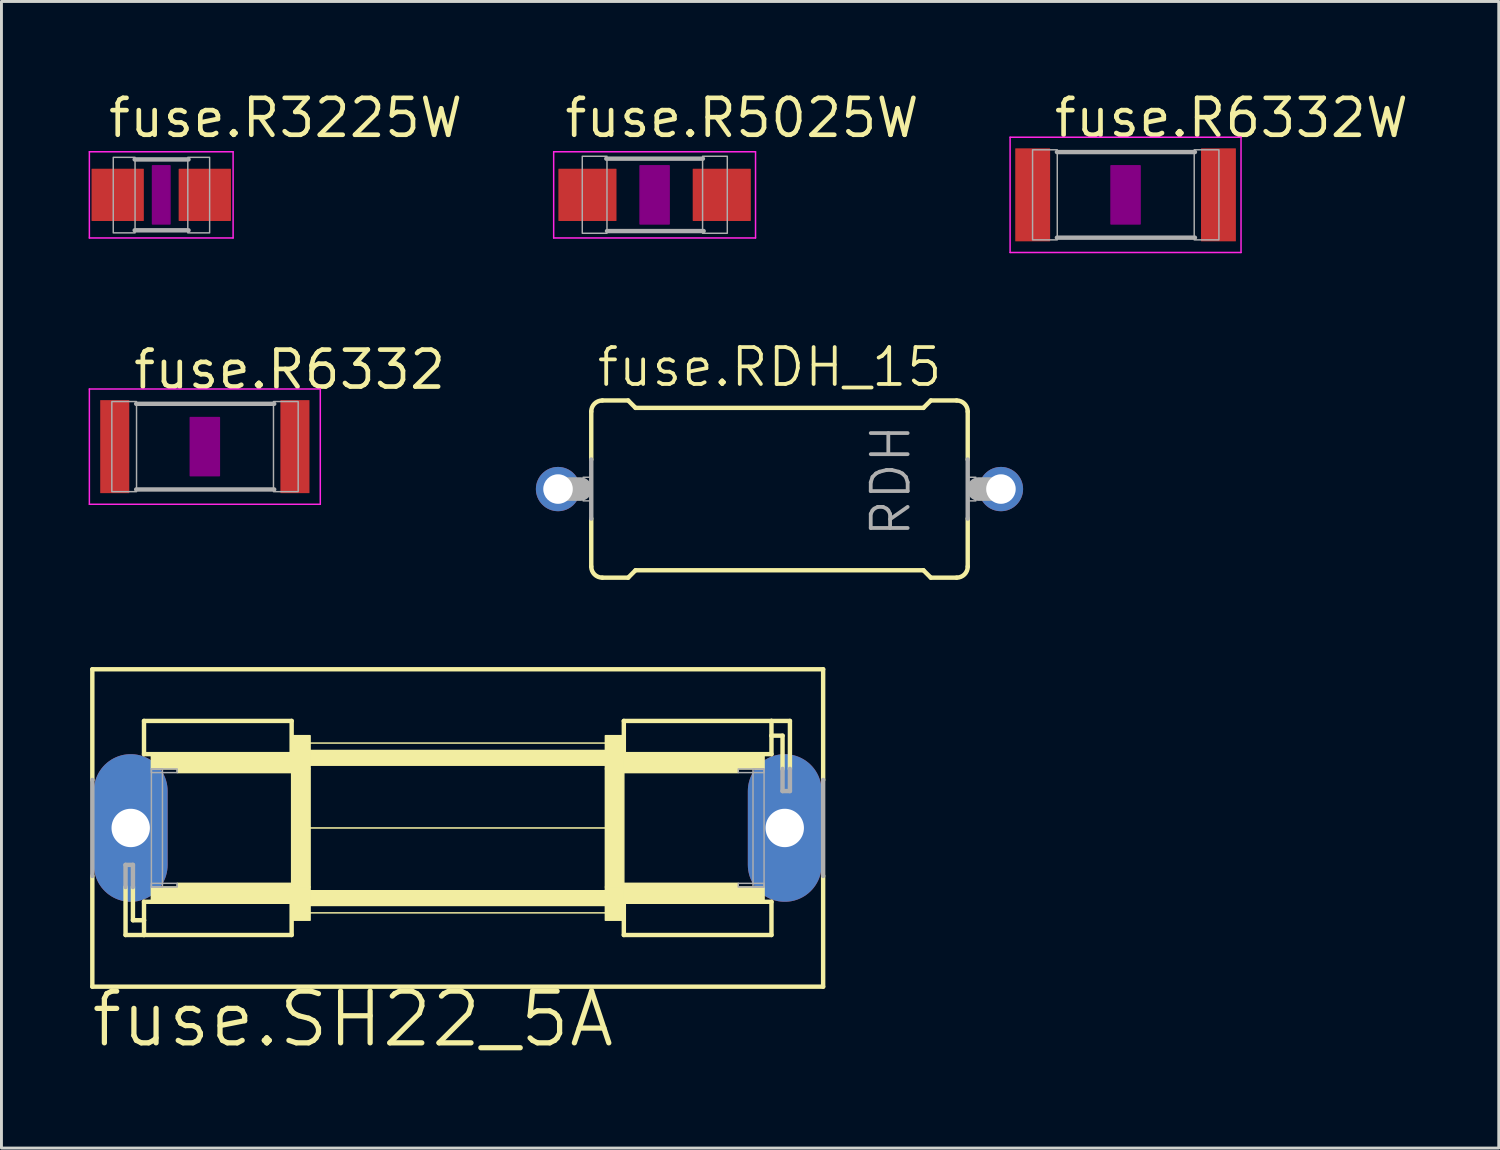
<source format=kicad_pcb>
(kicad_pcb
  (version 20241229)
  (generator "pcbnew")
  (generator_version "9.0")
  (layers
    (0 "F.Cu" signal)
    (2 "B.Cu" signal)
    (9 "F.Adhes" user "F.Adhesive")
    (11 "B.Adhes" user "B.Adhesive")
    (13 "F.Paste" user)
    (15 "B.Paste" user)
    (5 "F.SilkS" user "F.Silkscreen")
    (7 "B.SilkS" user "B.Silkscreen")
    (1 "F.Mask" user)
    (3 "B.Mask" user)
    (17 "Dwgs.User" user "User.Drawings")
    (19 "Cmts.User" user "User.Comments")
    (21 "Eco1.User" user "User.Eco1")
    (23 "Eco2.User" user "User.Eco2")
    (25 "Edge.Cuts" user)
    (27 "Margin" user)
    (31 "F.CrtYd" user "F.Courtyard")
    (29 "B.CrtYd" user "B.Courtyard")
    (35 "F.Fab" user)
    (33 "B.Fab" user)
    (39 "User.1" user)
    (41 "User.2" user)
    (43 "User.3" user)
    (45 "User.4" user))
  (footprint "fuse.SH22_5A"
    (layer "F.Cu")
    (at 12.7 25.439)
    (property "Reference" "fuse.SH22_5A" (at -12.7 7.62 0) (layer "F.SilkS") (effects (font (size 1.778 1.778) (thickness 0.18)) (justify left bottom)))
    (attr through_hole)
    (fp_line (start -12.573 -5.461) (end -12.573 -1.651) (stroke (width 0.152) (type default)) (layer "F.SilkS"))
    (fp_line (start -12.573 1.651) (end -12.573 5.461) (stroke (width 0.152) (type default)) (layer "F.SilkS"))
    (fp_line (start -12.573 5.461) (end 12.573 5.461) (stroke (width 0.152) (type default)) (layer "F.SilkS"))
    (fp_line (start -11.43 3.683) (end -11.43 2.032) (stroke (width 0.152) (type default)) (layer "F.SilkS"))
    (fp_line (start -11.176 2.032) (end -11.176 3.175) (stroke (width 0.152) (type default)) (layer "F.SilkS"))
    (fp_line (start -11.176 3.175) (end -10.795 3.175) (stroke (width 0.152) (type default)) (layer "F.SilkS"))
    (fp_line (start -10.795 -3.683) (end -10.795 -2.54) (stroke (width 0.152) (type default)) (layer "F.SilkS"))
    (fp_line (start -10.795 -3.683) (end -5.715 -3.683) (stroke (width 0.152) (type default)) (layer "F.SilkS"))
    (fp_line (start -10.795 -2.54) (end -5.715 -2.54) (stroke (width 0.152) (type default)) (layer "F.SilkS"))
    (fp_line (start -10.795 2.54) (end -5.715 2.54) (stroke (width 0.152) (type default)) (layer "F.SilkS"))
    (fp_line (start -10.795 3.175) (end -10.795 2.54) (stroke (width 0.152) (type default)) (layer "F.SilkS"))
    (fp_line (start -10.795 3.683) (end -11.43 3.683) (stroke (width 0.152) (type default)) (layer "F.SilkS"))
    (fp_line (start -10.795 3.683) (end -10.795 3.175) (stroke (width 0.152) (type default)) (layer "F.SilkS"))
    (fp_line (start -5.715 -2.54) (end -5.715 -3.683) (stroke (width 0.152) (type default)) (layer "F.SilkS"))
    (fp_line (start -5.715 3.683) (end -10.795 3.683) (stroke (width 0.152) (type default)) (layer "F.SilkS"))
    (fp_line (start -5.715 3.683) (end -5.715 2.54) (stroke (width 0.152) (type default)) (layer "F.SilkS"))
    (fp_line (start -5.207 0) (end 5.207 0) (stroke (width 0.051) (type default)) (layer "F.SilkS"))
    (fp_line (start -5.08 -2.921) (end 5.08 -2.921) (stroke (width 0.051) (type default)) (layer "F.SilkS"))
    (fp_line (start -5.08 2.921) (end 5.08 2.921) (stroke (width 0.051) (type default)) (layer "F.SilkS"))
    (fp_line (start 5.715 -3.683) (end 5.715 -2.54) (stroke (width 0.152) (type default)) (layer "F.SilkS"))
    (fp_line (start 5.715 -3.683) (end 10.795 -3.683) (stroke (width 0.152) (type default)) (layer "F.SilkS"))
    (fp_line (start 5.715 2.54) (end 5.715 3.683) (stroke (width 0.152) (type default)) (layer "F.SilkS"))
    (fp_line (start 10.795 -3.683) (end 10.795 -3.175) (stroke (width 0.152) (type default)) (layer "F.SilkS"))
    (fp_line (start 10.795 -3.683) (end 11.43 -3.683) (stroke (width 0.152) (type default)) (layer "F.SilkS"))
    (fp_line (start 10.795 -3.175) (end 10.795 -2.54) (stroke (width 0.152) (type default)) (layer "F.SilkS"))
    (fp_line (start 10.795 -2.54) (end 5.715 -2.54) (stroke (width 0.152) (type default)) (layer "F.SilkS"))
    (fp_line (start 10.795 2.54) (end 5.715 2.54) (stroke (width 0.152) (type default)) (layer "F.SilkS"))
    (fp_line (start 10.795 3.683) (end 5.715 3.683) (stroke (width 0.152) (type default)) (layer "F.SilkS"))
    (fp_line (start 10.795 3.683) (end 10.795 2.54) (stroke (width 0.152) (type default)) (layer "F.SilkS"))
    (fp_line (start 11.176 -3.175) (end 10.795 -3.175) (stroke (width 0.152) (type default)) (layer "F.SilkS"))
    (fp_line (start 11.176 -2.032) (end 11.176 -3.175) (stroke (width 0.152) (type default)) (layer "F.SilkS"))
    (fp_line (start 11.43 -3.683) (end 11.43 -2.032) (stroke (width 0.152) (type default)) (layer "F.SilkS"))
    (fp_line (start 12.573 -5.461) (end -12.573 -5.461) (stroke (width 0.152) (type default)) (layer "F.SilkS"))
    (fp_line (start 12.573 -5.461) (end 12.573 -1.651) (stroke (width 0.152) (type default)) (layer "F.SilkS"))
    (fp_line (start 12.573 1.651) (end 12.573 5.461) (stroke (width 0.152) (type default)) (layer "F.SilkS"))
    (fp_rect (start -10.541 -2.032) (end -5.715 -2.54) (stroke (width 0.05) (type default)) (fill yes) (layer "F.SilkS"))
    (fp_rect (start -10.541 2.54) (end -5.715 2.032) (stroke (width 0.05) (type default)) (fill yes) (layer "F.SilkS"))
    (fp_rect (start -9.652 -1.905) (end -5.715 -2.032) (stroke (width 0.05) (type default)) (fill yes) (layer "F.SilkS"))
    (fp_rect (start -9.652 2.032) (end -5.715 1.905) (stroke (width 0.05) (type default)) (fill yes) (layer "F.SilkS"))
    (fp_rect (start -5.715 -2.032) (end -5.08 -3.175) (stroke (width 0.05) (type default)) (fill yes) (layer "F.SilkS"))
    (fp_rect (start -5.715 2.032) (end -5.08 -2.032) (stroke (width 0.05) (type default)) (fill yes) (layer "F.SilkS"))
    (fp_rect (start -5.715 3.175) (end -5.08 2.032) (stroke (width 0.05) (type default)) (fill yes) (layer "F.SilkS"))
    (fp_rect (start -5.08 -2.159) (end 5.08 -2.667) (stroke (width 0.05) (type default)) (fill yes) (layer "F.SilkS"))
    (fp_rect (start -5.08 2.667) (end 5.08 2.159) (stroke (width 0.05) (type default)) (fill yes) (layer "F.SilkS"))
    (fp_rect (start 5.08 -2.032) (end 5.715 -3.175) (stroke (width 0.05) (type default)) (fill yes) (layer "F.SilkS"))
    (fp_rect (start 5.08 2.032) (end 5.715 -2.032) (stroke (width 0.05) (type default)) (fill yes) (layer "F.SilkS"))
    (fp_rect (start 5.08 3.175) (end 5.715 2.032) (stroke (width 0.05) (type default)) (fill yes) (layer "F.SilkS"))
    (fp_rect (start 5.715 -2.032) (end 10.541 -2.54) (stroke (width 0.05) (type default)) (fill yes) (layer "F.SilkS"))
    (fp_rect (start 5.715 -1.905) (end 9.652 -2.032) (stroke (width 0.05) (type default)) (fill yes) (layer "F.SilkS"))
    (fp_rect (start 5.715 2.032) (end 9.652 1.905) (stroke (width 0.05) (type default)) (fill yes) (layer "F.SilkS"))
    (fp_rect (start 5.715 2.54) (end 10.541 2.032) (stroke (width 0.05) (type default)) (fill yes) (layer "F.SilkS"))
    (fp_line (start -12.573 1.651) (end -12.573 -1.651) (stroke (width 0.152) (type default)) (layer "F.Fab"))
    (fp_line (start -11.43 1.27) (end -11.176 1.27) (stroke (width 0.152) (type default)) (layer "F.Fab"))
    (fp_line (start -11.43 2.032) (end -11.43 1.27) (stroke (width 0.152) (type default)) (layer "F.Fab"))
    (fp_line (start -11.176 1.27) (end -11.176 2.032) (stroke (width 0.152) (type default)) (layer "F.Fab"))
    (fp_line (start 11.176 -1.27) (end 11.176 -2.032) (stroke (width 0.152) (type default)) (layer "F.Fab"))
    (fp_line (start 11.43 -2.032) (end 11.43 -1.27) (stroke (width 0.152) (type default)) (layer "F.Fab"))
    (fp_line (start 11.43 -1.27) (end 11.176 -1.27) (stroke (width 0.152) (type default)) (layer "F.Fab"))
    (fp_line (start 12.573 1.651) (end 12.573 -1.651) (stroke (width 0.152) (type default)) (layer "F.Fab"))
    (fp_rect (start -10.541 -1.905) (end -9.652 -2.032) (stroke (width 0.05) (type default)) (fill no) (layer "F.Fab"))
    (fp_rect (start -10.541 2.032) (end -10.16 -2.032) (stroke (width 0.05) (type default)) (fill no) (layer "F.Fab"))
    (fp_rect (start -10.541 2.032) (end -9.652 1.905) (stroke (width 0.05) (type default)) (fill no) (layer "F.Fab"))
    (fp_rect (start 9.652 -1.905) (end 10.541 -2.032) (stroke (width 0.05) (type default)) (fill no) (layer "F.Fab"))
    (fp_rect (start 9.652 2.032) (end 10.541 1.905) (stroke (width 0.05) (type default)) (fill no) (layer "F.Fab"))
    (fp_rect (start 10.16 2.032) (end 10.541 -2.032) (stroke (width 0.05) (type default)) (fill no) (layer "F.Fab"))
    (pad "1" thru_hole oval (at -11.252 0 90) (size 5.08 2.54) (drill 1.321) (layers "*.Cu" "*.Mask"))
    (pad "2" thru_hole oval (at 11.252 0 90) (size 5.08 2.54) (drill 1.321) (layers "*.Cu" "*.Mask")))
  (footprint "fuse.R3225W"
    (layer "F.Cu")
    (at 2.498 3.655)
    (property "Reference" "fuse.R3225W" (at -1.905 -1.905 0) (layer "F.SilkS") (effects (font (size 1.27 1.27) (thickness 0.16)) (justify left bottom)))
    (attr smd)
    (fp_rect (start -0.3 1) (end 0.3 -1) (stroke (width 0.05) (type default)) (fill yes) (layer "F.Adhes"))
    (fp_line (start -2.473 -1.483) (end 2.473 -1.483) (stroke (width 0.051) (type default)) (layer "F.CrtYd"))
    (fp_line (start -2.473 1.483) (end -2.473 -1.483) (stroke (width 0.051) (type default)) (layer "F.CrtYd"))
    (fp_line (start 2.473 -1.483) (end 2.473 1.483) (stroke (width 0.051) (type default)) (layer "F.CrtYd"))
    (fp_line (start 2.473 1.483) (end -2.473 1.483) (stroke (width 0.051) (type default)) (layer "F.CrtYd"))
    (fp_line (start -0.913 -1.219) (end 0.939 -1.219) (stroke (width 0.152) (type default)) (layer "F.Fab"))
    (fp_line (start -0.913 1.219) (end 0.939 1.219) (stroke (width 0.152) (type default)) (layer "F.Fab"))
    (fp_rect (start -1.651 1.308) (end -0.901 -1.292) (stroke (width 0.05) (type default)) (fill no) (layer "F.Fab"))
    (fp_rect (start 0.914 1.308) (end 1.665 -1.292) (stroke (width 0.05) (type default)) (fill no) (layer "F.Fab"))
    (pad "1" smd roundrect (at -1.499 0) (size 1.8 1.8) (layers "F.Cu" "F.Mask" "F.Paste") (roundrect_rratio 0.01))
    (pad "2" smd roundrect (at 1.499 0) (size 1.8 1.8) (layers "F.Cu" "F.Mask" "F.Paste") (roundrect_rratio 0.01)))
  (footprint "fuse.R6332W"
    (layer "F.Cu")
    (at 35.679 3.655)
    (property "Reference" "fuse.R6332W" (at -2.54 -1.905 0) (layer "F.SilkS") (effects (font (size 1.27 1.27) (thickness 0.16)) (justify left bottom)))
    (attr smd)
    (fp_rect (start -0.5 1) (end 0.5 -1) (stroke (width 0.05) (type default)) (fill yes) (layer "F.Adhes"))
    (fp_line (start -3.973 -1.983) (end 3.973 -1.983) (stroke (width 0.051) (type default)) (layer "F.CrtYd"))
    (fp_line (start -3.973 1.983) (end -3.973 -1.983) (stroke (width 0.051) (type default)) (layer "F.CrtYd"))
    (fp_line (start 3.973 -1.983) (end 3.973 1.983) (stroke (width 0.051) (type default)) (layer "F.CrtYd"))
    (fp_line (start 3.973 1.983) (end -3.973 1.983) (stroke (width 0.051) (type default)) (layer "F.CrtYd"))
    (fp_line (start -2.362 -1.473) (end 2.387 -1.473) (stroke (width 0.152) (type default)) (layer "F.Fab"))
    (fp_line (start -2.362 1.473) (end 2.387 1.473) (stroke (width 0.152) (type default)) (layer "F.Fab"))
    (fp_rect (start -3.2 1.549) (end -2.35 -1.551) (stroke (width 0.05) (type default)) (fill no) (layer "F.Fab"))
    (fp_rect (start 2.362 1.549) (end 3.212 -1.551) (stroke (width 0.05) (type default)) (fill no) (layer "F.Fab"))
    (pad "1" smd roundrect (at -3.196 0) (size 1.2 3.2) (layers "F.Cu" "F.Mask" "F.Paste") (roundrect_rratio 0.01))
    (pad "2" smd roundrect (at 3.196 0) (size 1.2 3.2) (layers "F.Cu" "F.Mask" "F.Paste") (roundrect_rratio 0.01)))
  (footprint "fuse.RDH_15"
    (layer "F.Cu")
    (at 23.771 13.778)
    (property "Reference" "fuse.RDH_15" (at -6.35 -3.454 0) (layer "F.SilkS") (effects (font (size 1.27 1.27) (thickness 0.13)) (justify left bottom)))
    (attr through_hole)
    (fp_line (start -6.477 -1.016) (end -6.477 -2.667) (stroke (width 0.152) (type default)) (layer "F.SilkS"))
    (fp_line (start -6.477 2.667) (end -6.477 1.016) (stroke (width 0.152) (type default)) (layer "F.SilkS"))
    (fp_line (start -6.096 -3.048) (end -5.207 -3.048) (stroke (width 0.152) (type default)) (layer "F.SilkS"))
    (fp_line (start -6.096 3.048) (end -5.207 3.048) (stroke (width 0.152) (type default)) (layer "F.SilkS"))
    (fp_line (start -4.953 -2.794) (end -5.207 -3.048) (stroke (width 0.152) (type default)) (layer "F.SilkS"))
    (fp_line (start -4.953 2.794) (end -5.207 3.048) (stroke (width 0.152) (type default)) (layer "F.SilkS"))
    (fp_line (start 4.953 -2.794) (end -4.953 -2.794) (stroke (width 0.152) (type default)) (layer "F.SilkS"))
    (fp_line (start 4.953 -2.794) (end 5.207 -3.048) (stroke (width 0.152) (type default)) (layer "F.SilkS"))
    (fp_line (start 4.953 2.794) (end -4.953 2.794) (stroke (width 0.152) (type default)) (layer "F.SilkS"))
    (fp_line (start 4.953 2.794) (end 5.207 3.048) (stroke (width 0.152) (type default)) (layer "F.SilkS"))
    (fp_line (start 6.096 -3.048) (end 5.207 -3.048) (stroke (width 0.152) (type default)) (layer "F.SilkS"))
    (fp_line (start 6.096 3.048) (end 5.207 3.048) (stroke (width 0.152) (type default)) (layer "F.SilkS"))
    (fp_line (start 6.477 -1.016) (end 6.477 -2.667) (stroke (width 0.152) (type default)) (layer "F.SilkS"))
    (fp_line (start 6.477 2.667) (end 6.477 1.016) (stroke (width 0.152) (type default)) (layer "F.SilkS"))
    (fp_arc (start -6.477 -2.667) (mid -6.365408 -2.936408) (end -6.096 -3.048) (stroke (width 0.1524) (type default)) (layer "F.SilkS"))
    (fp_arc (start -6.096 3.048) (mid -6.365408 2.936408) (end -6.477 2.667) (stroke (width 0.1524) (type default)) (layer "F.SilkS"))
    (fp_arc (start 6.096 -3.048) (mid 6.365408 -2.936408) (end 6.477 -2.667) (stroke (width 0.1524) (type default)) (layer "F.SilkS"))
    (fp_arc (start 6.477 2.667) (mid 6.365408 2.936408) (end 6.096 3.048) (stroke (width 0.1524) (type default)) (layer "F.SilkS"))
    (fp_line (start -7.62 0) (end -6.858 0) (stroke (width 0.813) (type default)) (layer "F.Fab"))
    (fp_line (start -6.477 -1.016) (end -6.477 1.016) (stroke (width 0.152) (type default)) (layer "F.Fab"))
    (fp_line (start 6.477 -1.016) (end 6.477 1.016) (stroke (width 0.152) (type default)) (layer "F.Fab"))
    (fp_line (start 6.858 0) (end 7.62 0) (stroke (width 0.813) (type default)) (layer "F.Fab"))
    (fp_rect (start -6.756 0.406) (end -6.452 -0.406) (stroke (width 0.05) (type default)) (fill no) (layer "F.Fab"))
    (fp_rect (start 6.452 0.406) (end 6.756 -0.406) (stroke (width 0.05) (type default)) (fill no) (layer "F.Fab"))
    (fp_text user "RDH" (at 4.572 1.727 90) (layer "F.Fab") (effects (font (size 1.27 1.27) (thickness 0.13)) (justify left bottom)))
    (pad "1" thru_hole circle (at -7.62 0) (size 1.524 1.524) (drill 1.016) (layers "*.Cu" "*.Mask"))
    (pad "2" thru_hole circle (at 7.62 0) (size 1.524 1.524) (drill 1.016) (layers "*.Cu" "*.Mask")))
  (footprint "fuse.R6332"
    (layer "F.Cu")
    (at 3.998 12.318)
    (property "Reference" "fuse.R6332" (at -2.54 -1.905 0) (layer "F.SilkS") (effects (font (size 1.27 1.27) (thickness 0.16)) (justify left bottom)))
    (attr smd)
    (fp_rect (start -0.5 1) (end 0.5 -1) (stroke (width 0.05) (type default)) (fill yes) (layer "F.Adhes"))
    (fp_line (start -3.973 -1.983) (end 3.973 -1.983) (stroke (width 0.051) (type default)) (layer "F.CrtYd"))
    (fp_line (start -3.973 1.983) (end -3.973 -1.983) (stroke (width 0.051) (type default)) (layer "F.CrtYd"))
    (fp_line (start 3.973 -1.983) (end 3.973 1.983) (stroke (width 0.051) (type default)) (layer "F.CrtYd"))
    (fp_line (start 3.973 1.983) (end -3.973 1.983) (stroke (width 0.051) (type default)) (layer "F.CrtYd"))
    (fp_line (start -2.362 -1.473) (end 2.387 -1.473) (stroke (width 0.152) (type default)) (layer "F.Fab"))
    (fp_line (start -2.362 1.473) (end 2.387 1.473) (stroke (width 0.152) (type default)) (layer "F.Fab"))
    (fp_rect (start -3.2 1.549) (end -2.35 -1.551) (stroke (width 0.05) (type default)) (fill no) (layer "F.Fab"))
    (fp_rect (start 2.362 1.549) (end 3.212 -1.551) (stroke (width 0.05) (type default)) (fill no) (layer "F.Fab"))
    (pad "1" smd roundrect (at -3.1 0) (size 1 3.2) (layers "F.Cu" "F.Mask" "F.Paste") (roundrect_rratio 0.01))
    (pad "2" smd roundrect (at 3.1 0) (size 1 3.2) (layers "F.Cu" "F.Mask" "F.Paste") (roundrect_rratio 0.01)))
  (footprint "fuse.R5025W"
    (layer "F.Cu")
    (at 19.474 3.655)
    (property "Reference" "fuse.R5025W" (at -3.175 -1.905 0) (layer "F.SilkS") (effects (font (size 1.27 1.27) (thickness 0.16)) (justify left bottom)))
    (attr smd)
    (fp_rect (start -0.5 1) (end 0.5 -1) (stroke (width 0.05) (type default)) (fill yes) (layer "F.Adhes"))
    (fp_line (start -3.473 -1.483) (end 3.473 -1.483) (stroke (width 0.051) (type default)) (layer "F.CrtYd"))
    (fp_line (start -3.473 1.483) (end -3.473 -1.483) (stroke (width 0.051) (type default)) (layer "F.CrtYd"))
    (fp_line (start 3.473 -1.483) (end 3.473 1.483) (stroke (width 0.051) (type default)) (layer "F.CrtYd"))
    (fp_line (start 3.473 1.483) (end -3.473 1.483) (stroke (width 0.051) (type default)) (layer "F.CrtYd"))
    (fp_line (start -1.662 -1.245) (end 1.662 -1.245) (stroke (width 0.152) (type default)) (layer "F.Fab"))
    (fp_line (start -1.637 1.245) (end 1.687 1.245) (stroke (width 0.152) (type default)) (layer "F.Fab"))
    (fp_rect (start -2.489 1.321) (end -1.639 -1.329) (stroke (width 0.05) (type default)) (fill no) (layer "F.Fab"))
    (fp_rect (start 1.651 1.321) (end 2.501 -1.329) (stroke (width 0.05) (type default)) (fill no) (layer "F.Fab"))
    (pad "1" smd roundrect (at -2.311 0) (size 2 1.8) (layers "F.Cu" "F.Mask" "F.Paste") (roundrect_rratio 0.01))
    (pad "2" smd roundrect (at 2.311 0) (size 2 1.8) (layers "F.Cu" "F.Mask" "F.Paste") (roundrect_rratio 0.01)))
  (gr_rect
    (start -3 -3)
    (end 48.52 36.453)
    (stroke (width 0.1) (type default))
    (fill no)
    (layer "Edge.Cuts")))
</source>
